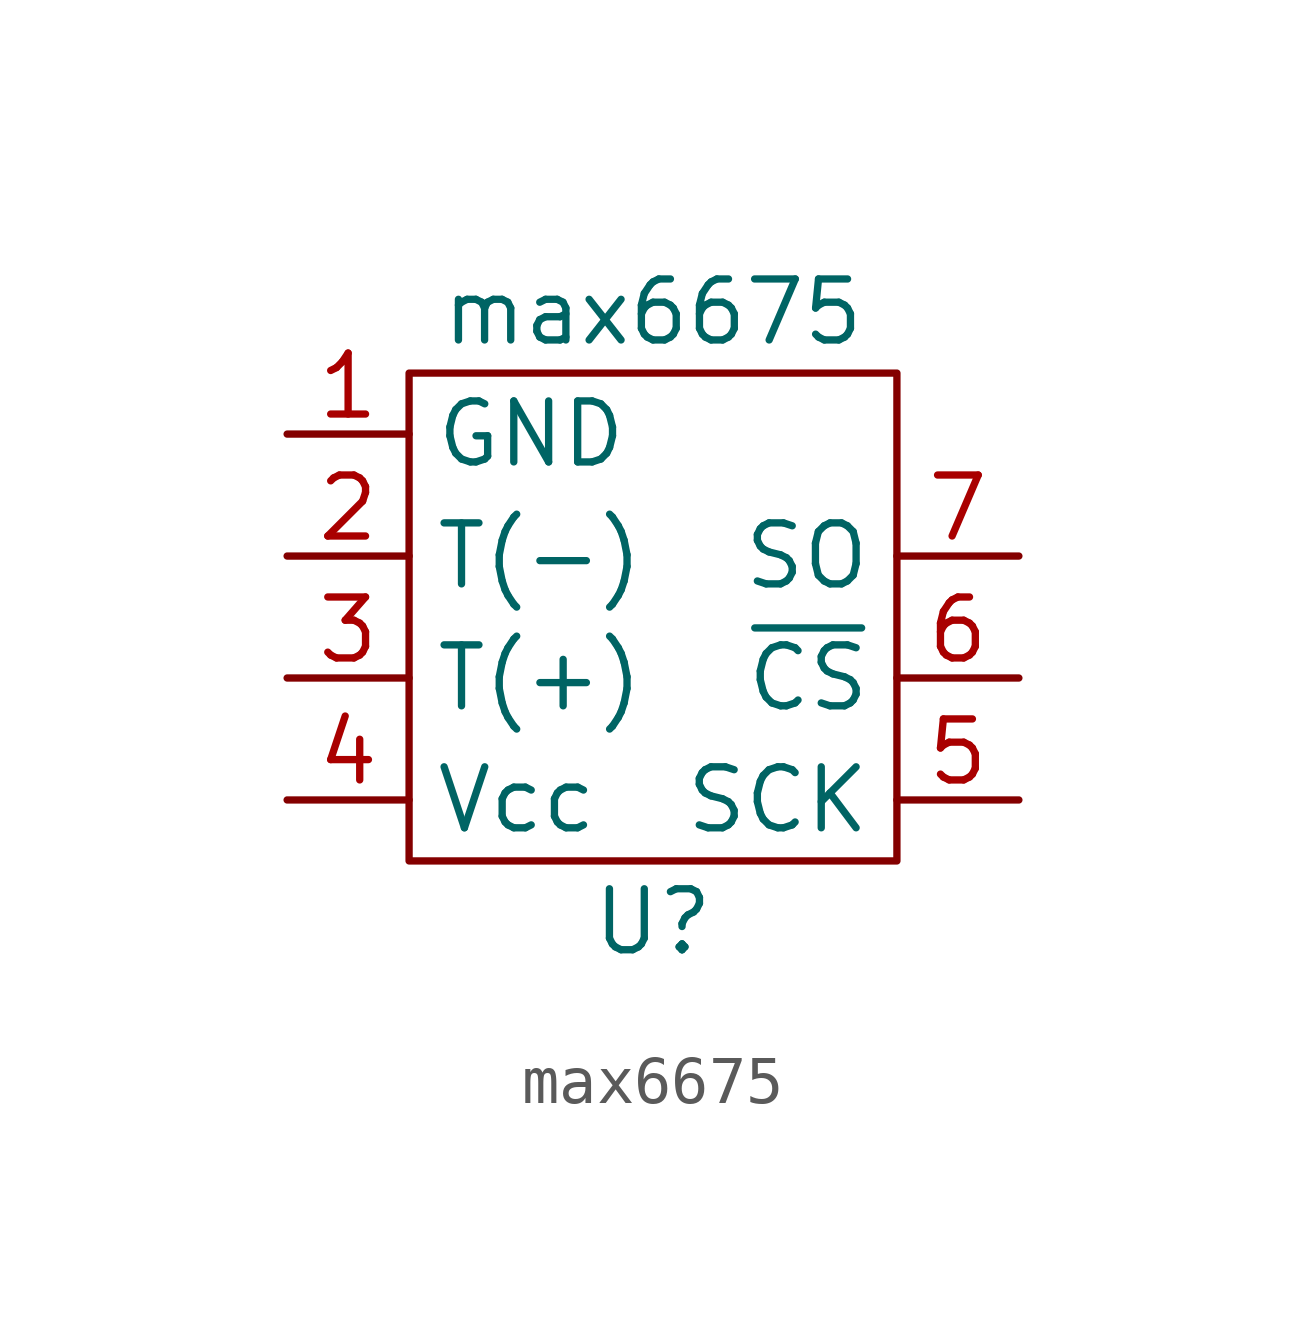
<source format=kicad_sym>
(kicad_symbol_lib
  (version 20220914)
  (generator kicad_symbol_editor)
  (symbol "max6675"
    (property "Reference" "U"
      (at 0 -6.35 0)
      (effects (font (size 1.27 1.27))))
    (property "Value" "max6675"
      (at 0 6.35 0)
      (effects (font (size 1.27 1.27))))
    (symbol "max6675_0_1"
      (rectangle (start -5.08 5.08) (end 5.08 -5.08) (stroke (width 0) (type default)) (fill (type none))))
    (symbol "max6675_1_1"
      (pin power_in line (at -7.62 3.81 0) (length 2.54) (name "GND" (effects (font (size 1.27 1.27)))) (number "1" (effects (font (size 1.27 1.27)))))
      (pin input line (at -7.62 1.27 0) (length 2.54) (name "T(-)" (effects (font (size 1.27 1.27)))) (number "2" (effects (font (size 1.27 1.27)))))
      (pin input line (at -7.62 -1.27 0) (length 2.54) (name "T(+)" (effects (font (size 1.27 1.27)))) (number "3" (effects (font (size 1.27 1.27)))))
      (pin power_in line (at -7.62 -3.81 0) (length 2.54) (name "Vcc" (effects (font (size 1.27 1.27)))) (number "4" (effects (font (size 1.27 1.27)))))
      (pin input line (at 7.62 -3.81 180) (length 2.54) (name "SCK" (effects (font (size 1.27 1.27)))) (number "5" (effects (font (size 1.27 1.27)))))
      (pin input line (at 7.62 -1.27 180) (length 2.54) (name "~{CS}" (effects (font (size 1.27 1.27)))) (number "6" (effects (font (size 1.27 1.27)))))
      (pin output line (at 7.62 1.27 180) (length 2.54) (name "SO" (effects (font (size 1.27 1.27)))) (number "7" (effects (font (size 1.27 1.27))))))))
</source>
